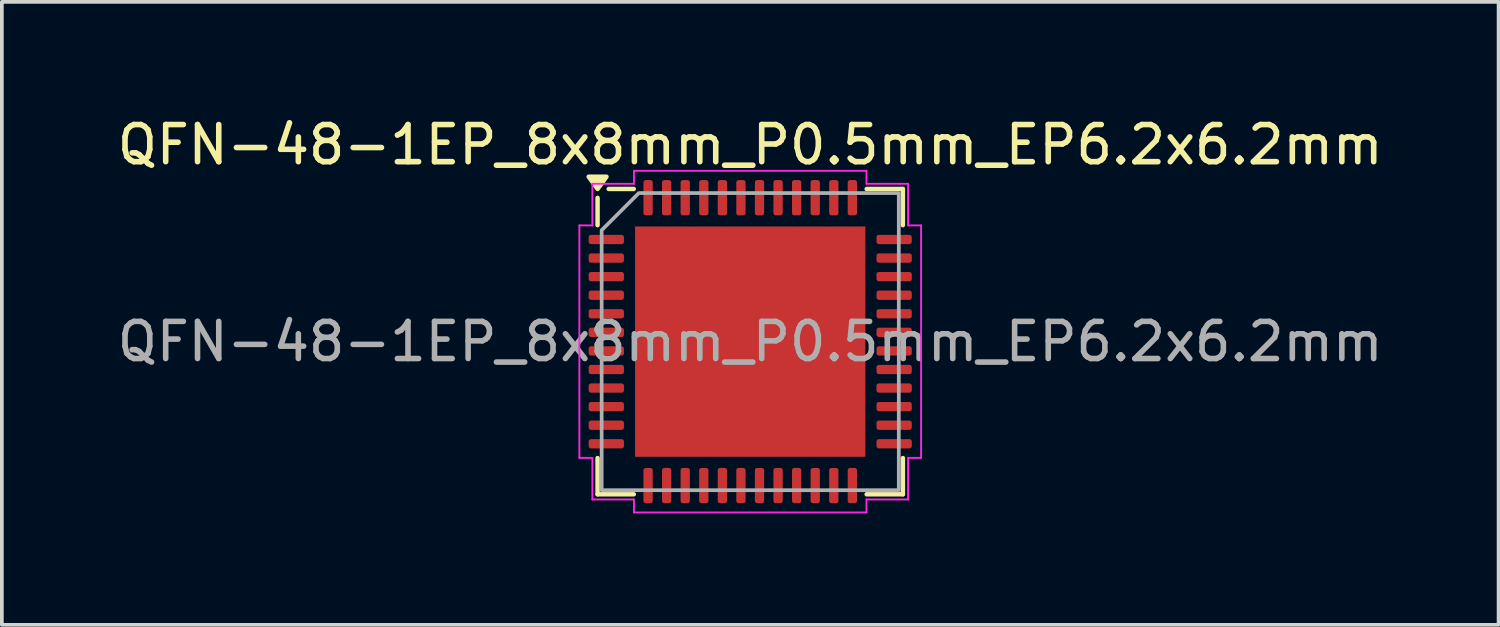
<source format=kicad_pcb>
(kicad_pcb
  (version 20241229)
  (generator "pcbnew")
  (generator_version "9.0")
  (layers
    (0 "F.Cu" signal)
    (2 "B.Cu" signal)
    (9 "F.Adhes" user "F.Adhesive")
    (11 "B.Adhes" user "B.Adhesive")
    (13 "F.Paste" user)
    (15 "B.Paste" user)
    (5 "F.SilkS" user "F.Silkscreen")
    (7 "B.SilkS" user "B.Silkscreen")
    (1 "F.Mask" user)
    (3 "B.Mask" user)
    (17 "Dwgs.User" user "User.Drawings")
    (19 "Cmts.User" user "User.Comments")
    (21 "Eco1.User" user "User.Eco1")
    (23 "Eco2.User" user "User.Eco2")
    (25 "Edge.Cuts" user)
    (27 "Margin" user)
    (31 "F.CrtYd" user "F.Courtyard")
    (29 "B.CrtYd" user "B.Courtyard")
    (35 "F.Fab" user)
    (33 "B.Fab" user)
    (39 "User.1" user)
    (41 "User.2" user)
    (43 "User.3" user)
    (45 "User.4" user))
  (footprint "QFN-48-1EP_8x8mm_P0.5mm_EP6.2x6.2mm"
    (layer "F.Cu")
    (at 17.149 6.148)
    (property "Reference" "QFN-48-1EP_8x8mm_P0.5mm_EP6.2x6.2mm" (at 0 -5.3 0) (layer "F.SilkS") (effects (font (size 1 1) (thickness 0.15))))
    (attr smd)
    (fp_line (start -4.11 -3.135) (end -4.11 -3.87) (stroke (width 0.12) (type solid)) (layer "F.SilkS"))
    (fp_line (start -4.11 4.11) (end -4.11 3.135) (stroke (width 0.12) (type solid)) (layer "F.SilkS"))
    (fp_line (start -3.135 -4.11) (end -3.81 -4.11) (stroke (width 0.12) (type solid)) (layer "F.SilkS"))
    (fp_line (start -3.135 4.11) (end -4.11 4.11) (stroke (width 0.12) (type solid)) (layer "F.SilkS"))
    (fp_line (start 3.135 -4.11) (end 4.11 -4.11) (stroke (width 0.12) (type solid)) (layer "F.SilkS"))
    (fp_line (start 3.135 4.11) (end 4.11 4.11) (stroke (width 0.12) (type solid)) (layer "F.SilkS"))
    (fp_line (start 4.11 -4.11) (end 4.11 -3.135) (stroke (width 0.12) (type solid)) (layer "F.SilkS"))
    (fp_line (start 4.11 4.11) (end 4.11 3.135) (stroke (width 0.12) (type solid)) (layer "F.SilkS"))
    (fp_poly (pts (xy -4.11 -4.11) (xy -4.35 -4.44) (xy -3.87 -4.44)) (stroke (width 0.12) (type solid)) (fill yes) (layer "F.SilkS"))
    (fp_line (start -4.6 -3.13) (end -4.25 -3.13) (stroke (width 0.05) (type solid)) (layer "F.CrtYd"))
    (fp_line (start -4.6 3.13) (end -4.6 -3.13) (stroke (width 0.05) (type solid)) (layer "F.CrtYd"))
    (fp_line (start -4.25 -4.25) (end -3.13 -4.25) (stroke (width 0.05) (type solid)) (layer "F.CrtYd"))
    (fp_line (start -4.25 -3.13) (end -4.25 -4.25) (stroke (width 0.05) (type solid)) (layer "F.CrtYd"))
    (fp_line (start -4.25 3.13) (end -4.6 3.13) (stroke (width 0.05) (type solid)) (layer "F.CrtYd"))
    (fp_line (start -4.25 4.25) (end -4.25 3.13) (stroke (width 0.05) (type solid)) (layer "F.CrtYd"))
    (fp_line (start -3.13 -4.6) (end 3.13 -4.6) (stroke (width 0.05) (type solid)) (layer "F.CrtYd"))
    (fp_line (start -3.13 -4.25) (end -3.13 -4.6) (stroke (width 0.05) (type solid)) (layer "F.CrtYd"))
    (fp_line (start -3.13 4.25) (end -4.25 4.25) (stroke (width 0.05) (type solid)) (layer "F.CrtYd"))
    (fp_line (start -3.13 4.6) (end -3.13 4.25) (stroke (width 0.05) (type solid)) (layer "F.CrtYd"))
    (fp_line (start 3.13 -4.6) (end 3.13 -4.25) (stroke (width 0.05) (type solid)) (layer "F.CrtYd"))
    (fp_line (start 3.13 -4.25) (end 4.25 -4.25) (stroke (width 0.05) (type solid)) (layer "F.CrtYd"))
    (fp_line (start 3.13 4.25) (end 3.13 4.6) (stroke (width 0.05) (type solid)) (layer "F.CrtYd"))
    (fp_line (start 3.13 4.6) (end -3.13 4.6) (stroke (width 0.05) (type solid)) (layer "F.CrtYd"))
    (fp_line (start 4.25 -4.25) (end 4.25 -3.13) (stroke (width 0.05) (type solid)) (layer "F.CrtYd"))
    (fp_line (start 4.25 -3.13) (end 4.6 -3.13) (stroke (width 0.05) (type solid)) (layer "F.CrtYd"))
    (fp_line (start 4.25 3.13) (end 4.25 4.25) (stroke (width 0.05) (type solid)) (layer "F.CrtYd"))
    (fp_line (start 4.25 4.25) (end 3.13 4.25) (stroke (width 0.05) (type solid)) (layer "F.CrtYd"))
    (fp_line (start 4.6 -3.13) (end 4.6 3.13) (stroke (width 0.05) (type solid)) (layer "F.CrtYd"))
    (fp_line (start 4.6 3.13) (end 4.25 3.13) (stroke (width 0.05) (type solid)) (layer "F.CrtYd"))
    (fp_poly (pts (xy -4 -3) (xy -4 4) (xy 4 4) (xy 4 -4) (xy -3 -4)) (stroke (width 0.1) (type solid)) (fill no) (layer "F.Fab"))
    (fp_text user "${REFERENCE}" (at 0 0 0) (layer "F.Fab") (effects (font (size 1 1) (thickness 0.15))))
    (pad "" smd roundrect (at -2.48 -2.48) (size 1 1) (layers "F.Paste") (roundrect_rratio 0.25))
    (pad "" smd roundrect (at -2.48 -1.24) (size 1 1) (layers "F.Paste") (roundrect_rratio 0.25))
    (pad "" smd roundrect (at -2.48 0) (size 1 1) (layers "F.Paste") (roundrect_rratio 0.25))
    (pad "" smd roundrect (at -2.48 1.24) (size 1 1) (layers "F.Paste") (roundrect_rratio 0.25))
    (pad "" smd roundrect (at -2.48 2.48) (size 1 1) (layers "F.Paste") (roundrect_rratio 0.25))
    (pad "" smd roundrect (at -1.24 -2.48) (size 1 1) (layers "F.Paste") (roundrect_rratio 0.25))
    (pad "" smd roundrect (at -1.24 -1.24) (size 1 1) (layers "F.Paste") (roundrect_rratio 0.25))
    (pad "" smd roundrect (at -1.24 0) (size 1 1) (layers "F.Paste") (roundrect_rratio 0.25))
    (pad "" smd roundrect (at -1.24 1.24) (size 1 1) (layers "F.Paste") (roundrect_rratio 0.25))
    (pad "" smd roundrect (at -1.24 2.48) (size 1 1) (layers "F.Paste") (roundrect_rratio 0.25))
    (pad "" smd roundrect (at 0 -2.48) (size 1 1) (layers "F.Paste") (roundrect_rratio 0.25))
    (pad "" smd roundrect (at 0 -1.24) (size 1 1) (layers "F.Paste") (roundrect_rratio 0.25))
    (pad "" smd roundrect (at 0 0) (size 1 1) (layers "F.Paste") (roundrect_rratio 0.25))
    (pad "" smd roundrect (at 0 1.24) (size 1 1) (layers "F.Paste") (roundrect_rratio 0.25))
    (pad "" smd roundrect (at 0 2.48) (size 1 1) (layers "F.Paste") (roundrect_rratio 0.25))
    (pad "" smd roundrect (at 1.24 -2.48) (size 1 1) (layers "F.Paste") (roundrect_rratio 0.25))
    (pad "" smd roundrect (at 1.24 -1.24) (size 1 1) (layers "F.Paste") (roundrect_rratio 0.25))
    (pad "" smd roundrect (at 1.24 0) (size 1 1) (layers "F.Paste") (roundrect_rratio 0.25))
    (pad "" smd roundrect (at 1.24 1.24) (size 1 1) (layers "F.Paste") (roundrect_rratio 0.25))
    (pad "" smd roundrect (at 1.24 2.48) (size 1 1) (layers "F.Paste") (roundrect_rratio 0.25))
    (pad "" smd roundrect (at 2.48 -2.48) (size 1 1) (layers "F.Paste") (roundrect_rratio 0.25))
    (pad "" smd roundrect (at 2.48 -1.24) (size 1 1) (layers "F.Paste") (roundrect_rratio 0.25))
    (pad "" smd roundrect (at 2.48 0) (size 1 1) (layers "F.Paste") (roundrect_rratio 0.25))
    (pad "" smd roundrect (at 2.48 1.24) (size 1 1) (layers "F.Paste") (roundrect_rratio 0.25))
    (pad "" smd roundrect (at 2.48 2.48) (size 1 1) (layers "F.Paste") (roundrect_rratio 0.25))
    (pad "1" smd roundrect (at -3.875 -2.75) (size 0.95 0.25) (layers "F.Cu" "F.Mask" "F.Paste") (roundrect_rratio 0.25))
    (pad "2" smd roundrect (at -3.875 -2.25) (size 0.95 0.25) (layers "F.Cu" "F.Mask" "F.Paste") (roundrect_rratio 0.25))
    (pad "3" smd roundrect (at -3.875 -1.75) (size 0.95 0.25) (layers "F.Cu" "F.Mask" "F.Paste") (roundrect_rratio 0.25))
    (pad "4" smd roundrect (at -3.875 -1.25) (size 0.95 0.25) (layers "F.Cu" "F.Mask" "F.Paste") (roundrect_rratio 0.25))
    (pad "5" smd roundrect (at -3.875 -0.75) (size 0.95 0.25) (layers "F.Cu" "F.Mask" "F.Paste") (roundrect_rratio 0.25))
    (pad "6" smd roundrect (at -3.875 -0.25) (size 0.95 0.25) (layers "F.Cu" "F.Mask" "F.Paste") (roundrect_rratio 0.25))
    (pad "7" smd roundrect (at -3.875 0.25) (size 0.95 0.25) (layers "F.Cu" "F.Mask" "F.Paste") (roundrect_rratio 0.25))
    (pad "8" smd roundrect (at -3.875 0.75) (size 0.95 0.25) (layers "F.Cu" "F.Mask" "F.Paste") (roundrect_rratio 0.25))
    (pad "9" smd roundrect (at -3.875 1.25) (size 0.95 0.25) (layers "F.Cu" "F.Mask" "F.Paste") (roundrect_rratio 0.25))
    (pad "10" smd roundrect (at -3.875 1.75) (size 0.95 0.25) (layers "F.Cu" "F.Mask" "F.Paste") (roundrect_rratio 0.25))
    (pad "11" smd roundrect (at -3.875 2.25) (size 0.95 0.25) (layers "F.Cu" "F.Mask" "F.Paste") (roundrect_rratio 0.25))
    (pad "12" smd roundrect (at -3.875 2.75) (size 0.95 0.25) (layers "F.Cu" "F.Mask" "F.Paste") (roundrect_rratio 0.25))
    (pad "13" smd roundrect (at -2.75 3.875) (size 0.25 0.95) (layers "F.Cu" "F.Mask" "F.Paste") (roundrect_rratio 0.25))
    (pad "14" smd roundrect (at -2.25 3.875) (size 0.25 0.95) (layers "F.Cu" "F.Mask" "F.Paste") (roundrect_rratio 0.25))
    (pad "15" smd roundrect (at -1.75 3.875) (size 0.25 0.95) (layers "F.Cu" "F.Mask" "F.Paste") (roundrect_rratio 0.25))
    (pad "16" smd roundrect (at -1.25 3.875) (size 0.25 0.95) (layers "F.Cu" "F.Mask" "F.Paste") (roundrect_rratio 0.25))
    (pad "17" smd roundrect (at -0.75 3.875) (size 0.25 0.95) (layers "F.Cu" "F.Mask" "F.Paste") (roundrect_rratio 0.25))
    (pad "18" smd roundrect (at -0.25 3.875) (size 0.25 0.95) (layers "F.Cu" "F.Mask" "F.Paste") (roundrect_rratio 0.25))
    (pad "19" smd roundrect (at 0.25 3.875) (size 0.25 0.95) (layers "F.Cu" "F.Mask" "F.Paste") (roundrect_rratio 0.25))
    (pad "20" smd roundrect (at 0.75 3.875) (size 0.25 0.95) (layers "F.Cu" "F.Mask" "F.Paste") (roundrect_rratio 0.25))
    (pad "21" smd roundrect (at 1.25 3.875) (size 0.25 0.95) (layers "F.Cu" "F.Mask" "F.Paste") (roundrect_rratio 0.25))
    (pad "22" smd roundrect (at 1.75 3.875) (size 0.25 0.95) (layers "F.Cu" "F.Mask" "F.Paste") (roundrect_rratio 0.25))
    (pad "23" smd roundrect (at 2.25 3.875) (size 0.25 0.95) (layers "F.Cu" "F.Mask" "F.Paste") (roundrect_rratio 0.25))
    (pad "24" smd roundrect (at 2.75 3.875) (size 0.25 0.95) (layers "F.Cu" "F.Mask" "F.Paste") (roundrect_rratio 0.25))
    (pad "25" smd roundrect (at 3.875 2.75) (size 0.95 0.25) (layers "F.Cu" "F.Mask" "F.Paste") (roundrect_rratio 0.25))
    (pad "26" smd roundrect (at 3.875 2.25) (size 0.95 0.25) (layers "F.Cu" "F.Mask" "F.Paste") (roundrect_rratio 0.25))
    (pad "27" smd roundrect (at 3.875 1.75) (size 0.95 0.25) (layers "F.Cu" "F.Mask" "F.Paste") (roundrect_rratio 0.25))
    (pad "28" smd roundrect (at 3.875 1.25) (size 0.95 0.25) (layers "F.Cu" "F.Mask" "F.Paste") (roundrect_rratio 0.25))
    (pad "29" smd roundrect (at 3.875 0.75) (size 0.95 0.25) (layers "F.Cu" "F.Mask" "F.Paste") (roundrect_rratio 0.25))
    (pad "30" smd roundrect (at 3.875 0.25) (size 0.95 0.25) (layers "F.Cu" "F.Mask" "F.Paste") (roundrect_rratio 0.25))
    (pad "31" smd roundrect (at 3.875 -0.25) (size 0.95 0.25) (layers "F.Cu" "F.Mask" "F.Paste") (roundrect_rratio 0.25))
    (pad "32" smd roundrect (at 3.875 -0.75) (size 0.95 0.25) (layers "F.Cu" "F.Mask" "F.Paste") (roundrect_rratio 0.25))
    (pad "33" smd roundrect (at 3.875 -1.25) (size 0.95 0.25) (layers "F.Cu" "F.Mask" "F.Paste") (roundrect_rratio 0.25))
    (pad "34" smd roundrect (at 3.875 -1.75) (size 0.95 0.25) (layers "F.Cu" "F.Mask" "F.Paste") (roundrect_rratio 0.25))
    (pad "35" smd roundrect (at 3.875 -2.25) (size 0.95 0.25) (layers "F.Cu" "F.Mask" "F.Paste") (roundrect_rratio 0.25))
    (pad "36" smd roundrect (at 3.875 -2.75) (size 0.95 0.25) (layers "F.Cu" "F.Mask" "F.Paste") (roundrect_rratio 0.25))
    (pad "37" smd roundrect (at 2.75 -3.875) (size 0.25 0.95) (layers "F.Cu" "F.Mask" "F.Paste") (roundrect_rratio 0.25))
    (pad "38" smd roundrect (at 2.25 -3.875) (size 0.25 0.95) (layers "F.Cu" "F.Mask" "F.Paste") (roundrect_rratio 0.25))
    (pad "39" smd roundrect (at 1.75 -3.875) (size 0.25 0.95) (layers "F.Cu" "F.Mask" "F.Paste") (roundrect_rratio 0.25))
    (pad "40" smd roundrect (at 1.25 -3.875) (size 0.25 0.95) (layers "F.Cu" "F.Mask" "F.Paste") (roundrect_rratio 0.25))
    (pad "41" smd roundrect (at 0.75 -3.875) (size 0.25 0.95) (layers "F.Cu" "F.Mask" "F.Paste") (roundrect_rratio 0.25))
    (pad "42" smd roundrect (at 0.25 -3.875) (size 0.25 0.95) (layers "F.Cu" "F.Mask" "F.Paste") (roundrect_rratio 0.25))
    (pad "43" smd roundrect (at -0.25 -3.875) (size 0.25 0.95) (layers "F.Cu" "F.Mask" "F.Paste") (roundrect_rratio 0.25))
    (pad "44" smd roundrect (at -0.75 -3.875) (size 0.25 0.95) (layers "F.Cu" "F.Mask" "F.Paste") (roundrect_rratio 0.25))
    (pad "45" smd roundrect (at -1.25 -3.875) (size 0.25 0.95) (layers "F.Cu" "F.Mask" "F.Paste") (roundrect_rratio 0.25))
    (pad "46" smd roundrect (at -1.75 -3.875) (size 0.25 0.95) (layers "F.Cu" "F.Mask" "F.Paste") (roundrect_rratio 0.25))
    (pad "47" smd roundrect (at -2.25 -3.875) (size 0.25 0.95) (layers "F.Cu" "F.Mask" "F.Paste") (roundrect_rratio 0.25))
    (pad "48" smd roundrect (at -2.75 -3.875) (size 0.25 0.95) (layers "F.Cu" "F.Mask" "F.Paste") (roundrect_rratio 0.25))
    (pad "49" smd rect (at 0 0) (size 6.2 6.2) (property pad_prop_heatsink) (layers "F.Cu" "F.Mask")))
  (gr_rect
    (start -3 -3)
    (end 37.298 13.773)
    (stroke (width 0.1) (type default))
    (fill no)
    (layer "Edge.Cuts")))
</source>
